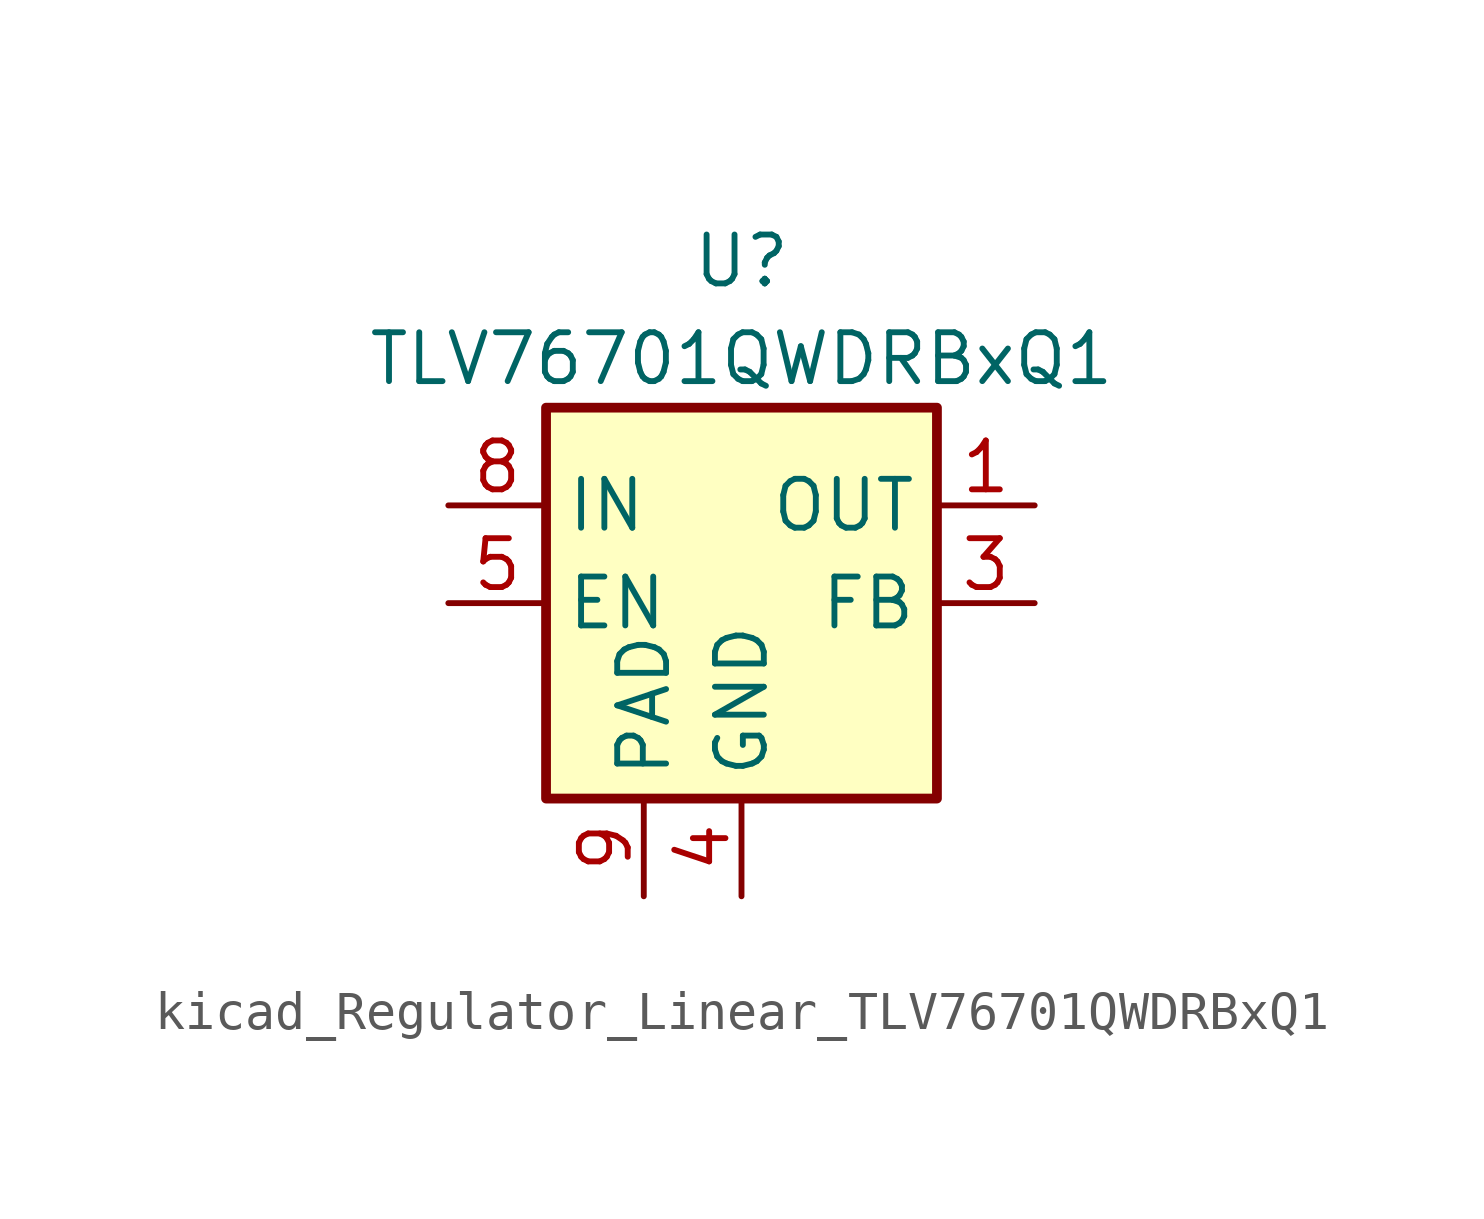
<source format=kicad_sym>
(kicad_symbol_lib
  (version 20220914)
  (generator kicad_symbol_editor)
  (symbol "kicad_Regulator_Linear_TLV76701QWDRBxQ1"
    (property "Reference" "U"
      (at 0 8.89 0)
      (effects (font (size 1.27 1.27))))
    (property "Value" "TLV76701QWDRBxQ1"
      (at 0 6.35 0)
      (effects (font (size 1.27 1.27))))
    (symbol "kicad_Regulator_Linear_TLV76701QWDRBxQ1_0_1"
      (rectangle (start -5.08 5.08) (end 5.08 -5.08) (stroke (width 0.254) (type default)) (fill (type background))))
    (symbol "kicad_Regulator_Linear_TLV76701QWDRBxQ1_1_1"
      (pin power_out line (at 7.62 2.54 180) (length 2.54) (name "OUT" (effects (font (size 1.27 1.27)))) (number "1" (effects (font (size 1.27 1.27)))))
      (pin no_connect line (at 5.08 -2.54 180) (length 2.54) hide (name "NC" (effects (font (size 1.27 1.27)))) (number "2" (effects (font (size 1.27 1.27)))))
      (pin input line (at 7.62 0 180) (length 2.54) (name "FB" (effects (font (size 1.27 1.27)))) (number "3" (effects (font (size 1.27 1.27)))))
      (pin power_in line (at 0 -7.62 90) (length 2.54) (name "GND" (effects (font (size 1.27 1.27)))) (number "4" (effects (font (size 1.27 1.27)))))
      (pin input line (at -7.62 0 0) (length 2.54) (name "EN" (effects (font (size 1.27 1.27)))) (number "5" (effects (font (size 1.27 1.27)))))
      (pin passive line (at 0 -7.62 90) (length 2.54) hide (name "GND" (effects (font (size 1.27 1.27)))) (number "6" (effects (font (size 1.27 1.27)))))
      (pin no_connect line (at -5.08 -2.54 0) (length 2.54) hide (name "NC" (effects (font (size 1.27 1.27)))) (number "7" (effects (font (size 1.27 1.27)))))
      (pin power_in line (at -7.62 2.54 0) (length 2.54) (name "IN" (effects (font (size 1.27 1.27)))) (number "8" (effects (font (size 1.27 1.27)))))
      (pin passive line (at -2.54 -7.62 90) (length 2.54) (name "PAD" (effects (font (size 1.27 1.27)))) (number "9" (effects (font (size 1.27 1.27))))))))
</source>
